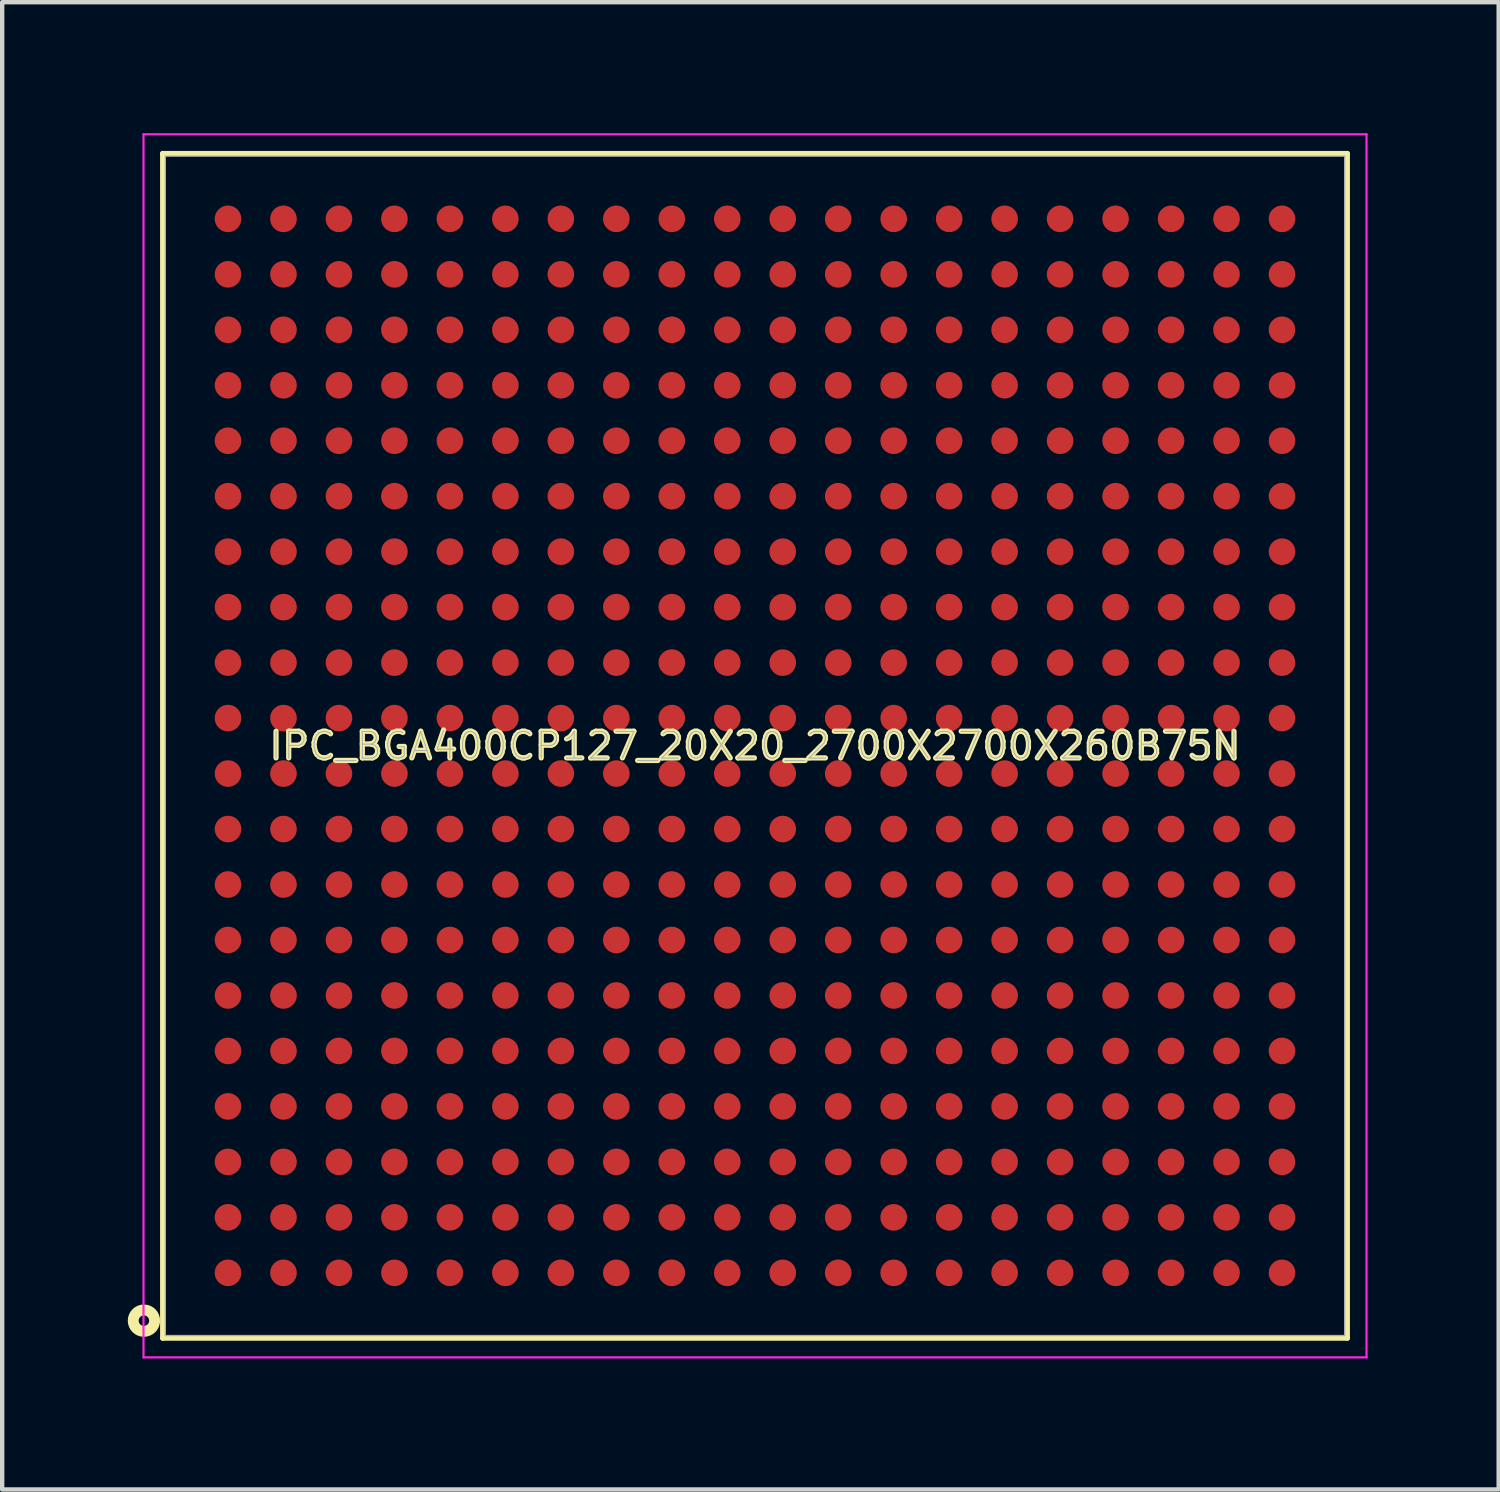
<source format=kicad_pcb>
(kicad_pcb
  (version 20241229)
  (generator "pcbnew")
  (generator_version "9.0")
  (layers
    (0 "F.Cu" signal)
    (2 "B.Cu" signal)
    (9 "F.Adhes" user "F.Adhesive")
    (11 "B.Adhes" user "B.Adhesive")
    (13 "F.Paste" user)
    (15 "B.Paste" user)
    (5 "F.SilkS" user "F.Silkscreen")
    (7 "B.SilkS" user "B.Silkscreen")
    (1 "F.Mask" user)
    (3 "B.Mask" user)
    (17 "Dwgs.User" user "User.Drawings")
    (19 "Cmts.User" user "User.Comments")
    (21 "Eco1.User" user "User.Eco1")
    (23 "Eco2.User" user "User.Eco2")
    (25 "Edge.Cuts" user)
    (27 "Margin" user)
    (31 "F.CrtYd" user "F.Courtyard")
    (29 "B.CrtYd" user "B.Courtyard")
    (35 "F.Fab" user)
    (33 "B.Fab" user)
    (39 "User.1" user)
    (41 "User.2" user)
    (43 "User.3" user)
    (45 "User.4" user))
  (footprint "IPC_BGA400CP127_20X20_2700X2700X260B75N"
    (layer "F.Cu")
    (at 14.235 14.025)
    (property "Reference" "IPC_BGA400CP127_20X20_2700X2700X260B75N" (at 0 0 0) (layer "F.SilkS") (effects (font (size 0.61 0.61) (thickness 0.12))))
    (attr smd)
    (fp_line (start -13.56 -13.56) (end -13.56 13.56) (stroke (width 0.12) (type solid)) (layer "F.SilkS"))
    (fp_line (start -13.56 13.56) (end 13.56 13.56) (stroke (width 0.12) (type solid)) (layer "F.SilkS"))
    (fp_line (start 13.56 -13.56) (end -13.56 -13.56) (stroke (width 0.12) (type solid)) (layer "F.SilkS"))
    (fp_line (start 13.56 13.56) (end 13.56 -13.56) (stroke (width 0.12) (type solid)) (layer "F.SilkS"))
    (fp_circle (center -13.99 13.16) (end -13.87 13.16) (stroke (width 0.25) (type solid)) (fill no) (layer "F.SilkS"))
    (fp_line (start -14 -14) (end 14 -14) (stroke (width 0.05) (type solid)) (layer "F.CrtYd"))
    (fp_line (start -14 14) (end -14 -14) (stroke (width 0.05) (type solid)) (layer "F.CrtYd"))
    (fp_line (start 14 -14) (end 14 14) (stroke (width 0.05) (type solid)) (layer "F.CrtYd"))
    (fp_line (start 14 14) (end -14 14) (stroke (width 0.05) (type solid)) (layer "F.CrtYd"))
    (fp_line (start -13.5 -13.5) (end 13.5 -13.5) (stroke (width 0.03) (type solid)) (layer "F.Fab"))
    (fp_line (start -13.5 13.5) (end -13.5 -13.5) (stroke (width 0.03) (type solid)) (layer "F.Fab"))
    (fp_line (start 13.5 -13.5) (end 13.5 13.5) (stroke (width 0.03) (type solid)) (layer "F.Fab"))
    (fp_line (start 13.5 13.5) (end -13.5 13.5) (stroke (width 0.03) (type solid)) (layer "F.Fab"))
    (fp_text user "${REFERENCE}" (at 0 0 0) (layer "F.Fab") (effects (font (size 0.61 0.61) (thickness 0.025))))
    (pad "A1" smd circle (at -12.065 12.065) (size 0.61 0.61) (layers "F.Cu" "F.Mask" "F.Paste"))
    (pad "A2" smd circle (at -12.065 10.795) (size 0.61 0.61) (layers "F.Cu" "F.Mask" "F.Paste"))
    (pad "A3" smd circle (at -12.065 9.525) (size 0.61 0.61) (layers "F.Cu" "F.Mask" "F.Paste"))
    (pad "A4" smd circle (at -12.065 8.255) (size 0.61 0.61) (layers "F.Cu" "F.Mask" "F.Paste"))
    (pad "A5" smd circle (at -12.065 6.985) (size 0.61 0.61) (layers "F.Cu" "F.Mask" "F.Paste"))
    (pad "A6" smd circle (at -12.065 5.715) (size 0.61 0.61) (layers "F.Cu" "F.Mask" "F.Paste"))
    (pad "A7" smd circle (at -12.065 4.445) (size 0.61 0.61) (layers "F.Cu" "F.Mask" "F.Paste"))
    (pad "A8" smd circle (at -12.065 3.175) (size 0.61 0.61) (layers "F.Cu" "F.Mask" "F.Paste"))
    (pad "A9" smd circle (at -12.065 1.905) (size 0.61 0.61) (layers "F.Cu" "F.Mask" "F.Paste"))
    (pad "A10" smd circle (at -12.065 0.635) (size 0.61 0.61) (layers "F.Cu" "F.Mask" "F.Paste"))
    (pad "A11" smd circle (at -12.065 -0.635) (size 0.61 0.61) (layers "F.Cu" "F.Mask" "F.Paste"))
    (pad "A12" smd circle (at -12.065 -1.905) (size 0.61 0.61) (layers "F.Cu" "F.Mask" "F.Paste"))
    (pad "A13" smd circle (at -12.065 -3.175) (size 0.61 0.61) (layers "F.Cu" "F.Mask" "F.Paste"))
    (pad "A14" smd circle (at -12.065 -4.445) (size 0.61 0.61) (layers "F.Cu" "F.Mask" "F.Paste"))
    (pad "A15" smd circle (at -12.065 -5.715) (size 0.61 0.61) (layers "F.Cu" "F.Mask" "F.Paste"))
    (pad "A16" smd circle (at -12.065 -6.985) (size 0.61 0.61) (layers "F.Cu" "F.Mask" "F.Paste"))
    (pad "A17" smd circle (at -12.065 -8.255) (size 0.61 0.61) (layers "F.Cu" "F.Mask" "F.Paste"))
    (pad "A18" smd circle (at -12.065 -9.525) (size 0.61 0.61) (layers "F.Cu" "F.Mask" "F.Paste"))
    (pad "A19" smd circle (at -12.065 -10.795) (size 0.61 0.61) (layers "F.Cu" "F.Mask" "F.Paste"))
    (pad "A20" smd circle (at -12.065 -12.065) (size 0.61 0.61) (layers "F.Cu" "F.Mask" "F.Paste"))
    (pad "B1" smd circle (at -10.795 12.065) (size 0.61 0.61) (layers "F.Cu" "F.Mask" "F.Paste"))
    (pad "B2" smd circle (at -10.795 10.795) (size 0.61 0.61) (layers "F.Cu" "F.Mask" "F.Paste"))
    (pad "B3" smd circle (at -10.795 9.525) (size 0.61 0.61) (layers "F.Cu" "F.Mask" "F.Paste"))
    (pad "B4" smd circle (at -10.795 8.255) (size 0.61 0.61) (layers "F.Cu" "F.Mask" "F.Paste"))
    (pad "B5" smd circle (at -10.795 6.985) (size 0.61 0.61) (layers "F.Cu" "F.Mask" "F.Paste"))
    (pad "B6" smd circle (at -10.795 5.715) (size 0.61 0.61) (layers "F.Cu" "F.Mask" "F.Paste"))
    (pad "B7" smd circle (at -10.795 4.445) (size 0.61 0.61) (layers "F.Cu" "F.Mask" "F.Paste"))
    (pad "B8" smd circle (at -10.795 3.175) (size 0.61 0.61) (layers "F.Cu" "F.Mask" "F.Paste"))
    (pad "B9" smd circle (at -10.795 1.905) (size 0.61 0.61) (layers "F.Cu" "F.Mask" "F.Paste"))
    (pad "B10" smd circle (at -10.795 0.635) (size 0.61 0.61) (layers "F.Cu" "F.Mask" "F.Paste"))
    (pad "B11" smd circle (at -10.795 -0.635) (size 0.61 0.61) (layers "F.Cu" "F.Mask" "F.Paste"))
    (pad "B12" smd circle (at -10.795 -1.905) (size 0.61 0.61) (layers "F.Cu" "F.Mask" "F.Paste"))
    (pad "B13" smd circle (at -10.795 -3.175) (size 0.61 0.61) (layers "F.Cu" "F.Mask" "F.Paste"))
    (pad "B14" smd circle (at -10.795 -4.445) (size 0.61 0.61) (layers "F.Cu" "F.Mask" "F.Paste"))
    (pad "B15" smd circle (at -10.795 -5.715) (size 0.61 0.61) (layers "F.Cu" "F.Mask" "F.Paste"))
    (pad "B16" smd circle (at -10.795 -6.985) (size 0.61 0.61) (layers "F.Cu" "F.Mask" "F.Paste"))
    (pad "B17" smd circle (at -10.795 -8.255) (size 0.61 0.61) (layers "F.Cu" "F.Mask" "F.Paste"))
    (pad "B18" smd circle (at -10.795 -9.525) (size 0.61 0.61) (layers "F.Cu" "F.Mask" "F.Paste"))
    (pad "B19" smd circle (at -10.795 -10.795) (size 0.61 0.61) (layers "F.Cu" "F.Mask" "F.Paste"))
    (pad "B20" smd circle (at -10.795 -12.065) (size 0.61 0.61) (layers "F.Cu" "F.Mask" "F.Paste"))
    (pad "C1" smd circle (at -9.525 12.065) (size 0.61 0.61) (layers "F.Cu" "F.Mask" "F.Paste"))
    (pad "C2" smd circle (at -9.525 10.795) (size 0.61 0.61) (layers "F.Cu" "F.Mask" "F.Paste"))
    (pad "C3" smd circle (at -9.525 9.525) (size 0.61 0.61) (layers "F.Cu" "F.Mask" "F.Paste"))
    (pad "C4" smd circle (at -9.525 8.255) (size 0.61 0.61) (layers "F.Cu" "F.Mask" "F.Paste"))
    (pad "C5" smd circle (at -9.525 6.985) (size 0.61 0.61) (layers "F.Cu" "F.Mask" "F.Paste"))
    (pad "C6" smd circle (at -9.525 5.715) (size 0.61 0.61) (layers "F.Cu" "F.Mask" "F.Paste"))
    (pad "C7" smd circle (at -9.525 4.445) (size 0.61 0.61) (layers "F.Cu" "F.Mask" "F.Paste"))
    (pad "C8" smd circle (at -9.525 3.175) (size 0.61 0.61) (layers "F.Cu" "F.Mask" "F.Paste"))
    (pad "C9" smd circle (at -9.525 1.905) (size 0.61 0.61) (layers "F.Cu" "F.Mask" "F.Paste"))
    (pad "C10" smd circle (at -9.525 0.635) (size 0.61 0.61) (layers "F.Cu" "F.Mask" "F.Paste"))
    (pad "C11" smd circle (at -9.525 -0.635) (size 0.61 0.61) (layers "F.Cu" "F.Mask" "F.Paste"))
    (pad "C12" smd circle (at -9.525 -1.905) (size 0.61 0.61) (layers "F.Cu" "F.Mask" "F.Paste"))
    (pad "C13" smd circle (at -9.525 -3.175) (size 0.61 0.61) (layers "F.Cu" "F.Mask" "F.Paste"))
    (pad "C14" smd circle (at -9.525 -4.445) (size 0.61 0.61) (layers "F.Cu" "F.Mask" "F.Paste"))
    (pad "C15" smd circle (at -9.525 -5.715) (size 0.61 0.61) (layers "F.Cu" "F.Mask" "F.Paste"))
    (pad "C16" smd circle (at -9.525 -6.985) (size 0.61 0.61) (layers "F.Cu" "F.Mask" "F.Paste"))
    (pad "C17" smd circle (at -9.525 -8.255) (size 0.61 0.61) (layers "F.Cu" "F.Mask" "F.Paste"))
    (pad "C18" smd circle (at -9.525 -9.525) (size 0.61 0.61) (layers "F.Cu" "F.Mask" "F.Paste"))
    (pad "C19" smd circle (at -9.525 -10.795) (size 0.61 0.61) (layers "F.Cu" "F.Mask" "F.Paste"))
    (pad "C20" smd circle (at -9.525 -12.065) (size 0.61 0.61) (layers "F.Cu" "F.Mask" "F.Paste"))
    (pad "D1" smd circle (at -8.255 12.065) (size 0.61 0.61) (layers "F.Cu" "F.Mask" "F.Paste"))
    (pad "D2" smd circle (at -8.255 10.795) (size 0.61 0.61) (layers "F.Cu" "F.Mask" "F.Paste"))
    (pad "D3" smd circle (at -8.255 9.525) (size 0.61 0.61) (layers "F.Cu" "F.Mask" "F.Paste"))
    (pad "D4" smd circle (at -8.255 8.255) (size 0.61 0.61) (layers "F.Cu" "F.Mask" "F.Paste"))
    (pad "D5" smd circle (at -8.255 6.985) (size 0.61 0.61) (layers "F.Cu" "F.Mask" "F.Paste"))
    (pad "D6" smd circle (at -8.255 5.715) (size 0.61 0.61) (layers "F.Cu" "F.Mask" "F.Paste"))
    (pad "D7" smd circle (at -8.255 4.445) (size 0.61 0.61) (layers "F.Cu" "F.Mask" "F.Paste"))
    (pad "D8" smd circle (at -8.255 3.175) (size 0.61 0.61) (layers "F.Cu" "F.Mask" "F.Paste"))
    (pad "D9" smd circle (at -8.255 1.905) (size 0.61 0.61) (layers "F.Cu" "F.Mask" "F.Paste"))
    (pad "D10" smd circle (at -8.255 0.635) (size 0.61 0.61) (layers "F.Cu" "F.Mask" "F.Paste"))
    (pad "D11" smd circle (at -8.255 -0.635) (size 0.61 0.61) (layers "F.Cu" "F.Mask" "F.Paste"))
    (pad "D12" smd circle (at -8.255 -1.905) (size 0.61 0.61) (layers "F.Cu" "F.Mask" "F.Paste"))
    (pad "D13" smd circle (at -8.255 -3.175) (size 0.61 0.61) (layers "F.Cu" "F.Mask" "F.Paste"))
    (pad "D14" smd circle (at -8.255 -4.445) (size 0.61 0.61) (layers "F.Cu" "F.Mask" "F.Paste"))
    (pad "D15" smd circle (at -8.255 -5.715) (size 0.61 0.61) (layers "F.Cu" "F.Mask" "F.Paste"))
    (pad "D16" smd circle (at -8.255 -6.985) (size 0.61 0.61) (layers "F.Cu" "F.Mask" "F.Paste"))
    (pad "D17" smd circle (at -8.255 -8.255) (size 0.61 0.61) (layers "F.Cu" "F.Mask" "F.Paste"))
    (pad "D18" smd circle (at -8.255 -9.525) (size 0.61 0.61) (layers "F.Cu" "F.Mask" "F.Paste"))
    (pad "D19" smd circle (at -8.255 -10.795) (size 0.61 0.61) (layers "F.Cu" "F.Mask" "F.Paste"))
    (pad "D20" smd circle (at -8.255 -12.065) (size 0.61 0.61) (layers "F.Cu" "F.Mask" "F.Paste"))
    (pad "E1" smd circle (at -6.985 12.065) (size 0.61 0.61) (layers "F.Cu" "F.Mask" "F.Paste"))
    (pad "E2" smd circle (at -6.985 10.795) (size 0.61 0.61) (layers "F.Cu" "F.Mask" "F.Paste"))
    (pad "E3" smd circle (at -6.985 9.525) (size 0.61 0.61) (layers "F.Cu" "F.Mask" "F.Paste"))
    (pad "E4" smd circle (at -6.985 8.255) (size 0.61 0.61) (layers "F.Cu" "F.Mask" "F.Paste"))
    (pad "E5" smd circle (at -6.985 6.985) (size 0.61 0.61) (layers "F.Cu" "F.Mask" "F.Paste"))
    (pad "E6" smd circle (at -6.985 5.715) (size 0.61 0.61) (layers "F.Cu" "F.Mask" "F.Paste"))
    (pad "E7" smd circle (at -6.985 4.445) (size 0.61 0.61) (layers "F.Cu" "F.Mask" "F.Paste"))
    (pad "E8" smd circle (at -6.985 3.175) (size 0.61 0.61) (layers "F.Cu" "F.Mask" "F.Paste"))
    (pad "E9" smd circle (at -6.985 1.905) (size 0.61 0.61) (layers "F.Cu" "F.Mask" "F.Paste"))
    (pad "E10" smd circle (at -6.985 0.635) (size 0.61 0.61) (layers "F.Cu" "F.Mask" "F.Paste"))
    (pad "E11" smd circle (at -6.985 -0.635) (size 0.61 0.61) (layers "F.Cu" "F.Mask" "F.Paste"))
    (pad "E12" smd circle (at -6.985 -1.905) (size 0.61 0.61) (layers "F.Cu" "F.Mask" "F.Paste"))
    (pad "E13" smd circle (at -6.985 -3.175) (size 0.61 0.61) (layers "F.Cu" "F.Mask" "F.Paste"))
    (pad "E14" smd circle (at -6.985 -4.445) (size 0.61 0.61) (layers "F.Cu" "F.Mask" "F.Paste"))
    (pad "E15" smd circle (at -6.985 -5.715) (size 0.61 0.61) (layers "F.Cu" "F.Mask" "F.Paste"))
    (pad "E16" smd circle (at -6.985 -6.985) (size 0.61 0.61) (layers "F.Cu" "F.Mask" "F.Paste"))
    (pad "E17" smd circle (at -6.985 -8.255) (size 0.61 0.61) (layers "F.Cu" "F.Mask" "F.Paste"))
    (pad "E18" smd circle (at -6.985 -9.525) (size 0.61 0.61) (layers "F.Cu" "F.Mask" "F.Paste"))
    (pad "E19" smd circle (at -6.985 -10.795) (size 0.61 0.61) (layers "F.Cu" "F.Mask" "F.Paste"))
    (pad "E20" smd circle (at -6.985 -12.065) (size 0.61 0.61) (layers "F.Cu" "F.Mask" "F.Paste"))
    (pad "F1" smd circle (at -5.715 12.065) (size 0.61 0.61) (layers "F.Cu" "F.Mask" "F.Paste"))
    (pad "F2" smd circle (at -5.715 10.795) (size 0.61 0.61) (layers "F.Cu" "F.Mask" "F.Paste"))
    (pad "F3" smd circle (at -5.715 9.525) (size 0.61 0.61) (layers "F.Cu" "F.Mask" "F.Paste"))
    (pad "F4" smd circle (at -5.715 8.255) (size 0.61 0.61) (layers "F.Cu" "F.Mask" "F.Paste"))
    (pad "F5" smd circle (at -5.715 6.985) (size 0.61 0.61) (layers "F.Cu" "F.Mask" "F.Paste"))
    (pad "F6" smd circle (at -5.715 5.715) (size 0.61 0.61) (layers "F.Cu" "F.Mask" "F.Paste"))
    (pad "F7" smd circle (at -5.715 4.445) (size 0.61 0.61) (layers "F.Cu" "F.Mask" "F.Paste"))
    (pad "F8" smd circle (at -5.715 3.175) (size 0.61 0.61) (layers "F.Cu" "F.Mask" "F.Paste"))
    (pad "F9" smd circle (at -5.715 1.905) (size 0.61 0.61) (layers "F.Cu" "F.Mask" "F.Paste"))
    (pad "F10" smd circle (at -5.715 0.635) (size 0.61 0.61) (layers "F.Cu" "F.Mask" "F.Paste"))
    (pad "F11" smd circle (at -5.715 -0.635) (size 0.61 0.61) (layers "F.Cu" "F.Mask" "F.Paste"))
    (pad "F12" smd circle (at -5.715 -1.905) (size 0.61 0.61) (layers "F.Cu" "F.Mask" "F.Paste"))
    (pad "F13" smd circle (at -5.715 -3.175) (size 0.61 0.61) (layers "F.Cu" "F.Mask" "F.Paste"))
    (pad "F14" smd circle (at -5.715 -4.445) (size 0.61 0.61) (layers "F.Cu" "F.Mask" "F.Paste"))
    (pad "F15" smd circle (at -5.715 -5.715) (size 0.61 0.61) (layers "F.Cu" "F.Mask" "F.Paste"))
    (pad "F16" smd circle (at -5.715 -6.985) (size 0.61 0.61) (layers "F.Cu" "F.Mask" "F.Paste"))
    (pad "F17" smd circle (at -5.715 -8.255) (size 0.61 0.61) (layers "F.Cu" "F.Mask" "F.Paste"))
    (pad "F18" smd circle (at -5.715 -9.525) (size 0.61 0.61) (layers "F.Cu" "F.Mask" "F.Paste"))
    (pad "F19" smd circle (at -5.715 -10.795) (size 0.61 0.61) (layers "F.Cu" "F.Mask" "F.Paste"))
    (pad "F20" smd circle (at -5.715 -12.065) (size 0.61 0.61) (layers "F.Cu" "F.Mask" "F.Paste"))
    (pad "G1" smd circle (at -4.445 12.065) (size 0.61 0.61) (layers "F.Cu" "F.Mask" "F.Paste"))
    (pad "G2" smd circle (at -4.445 10.795) (size 0.61 0.61) (layers "F.Cu" "F.Mask" "F.Paste"))
    (pad "G3" smd circle (at -4.445 9.525) (size 0.61 0.61) (layers "F.Cu" "F.Mask" "F.Paste"))
    (pad "G4" smd circle (at -4.445 8.255) (size 0.61 0.61) (layers "F.Cu" "F.Mask" "F.Paste"))
    (pad "G5" smd circle (at -4.445 6.985) (size 0.61 0.61) (layers "F.Cu" "F.Mask" "F.Paste"))
    (pad "G6" smd circle (at -4.445 5.715) (size 0.61 0.61) (layers "F.Cu" "F.Mask" "F.Paste"))
    (pad "G7" smd circle (at -4.445 4.445) (size 0.61 0.61) (layers "F.Cu" "F.Mask" "F.Paste"))
    (pad "G8" smd circle (at -4.445 3.175) (size 0.61 0.61) (layers "F.Cu" "F.Mask" "F.Paste"))
    (pad "G9" smd circle (at -4.445 1.905) (size 0.61 0.61) (layers "F.Cu" "F.Mask" "F.Paste"))
    (pad "G10" smd circle (at -4.445 0.635) (size 0.61 0.61) (layers "F.Cu" "F.Mask" "F.Paste"))
    (pad "G11" smd circle (at -4.445 -0.635) (size 0.61 0.61) (layers "F.Cu" "F.Mask" "F.Paste"))
    (pad "G12" smd circle (at -4.445 -1.905) (size 0.61 0.61) (layers "F.Cu" "F.Mask" "F.Paste"))
    (pad "G13" smd circle (at -4.445 -3.175) (size 0.61 0.61) (layers "F.Cu" "F.Mask" "F.Paste"))
    (pad "G14" smd circle (at -4.445 -4.445) (size 0.61 0.61) (layers "F.Cu" "F.Mask" "F.Paste"))
    (pad "G15" smd circle (at -4.445 -5.715) (size 0.61 0.61) (layers "F.Cu" "F.Mask" "F.Paste"))
    (pad "G16" smd circle (at -4.445 -6.985) (size 0.61 0.61) (layers "F.Cu" "F.Mask" "F.Paste"))
    (pad "G17" smd circle (at -4.445 -8.255) (size 0.61 0.61) (layers "F.Cu" "F.Mask" "F.Paste"))
    (pad "G18" smd circle (at -4.445 -9.525) (size 0.61 0.61) (layers "F.Cu" "F.Mask" "F.Paste"))
    (pad "G19" smd circle (at -4.445 -10.795) (size 0.61 0.61) (layers "F.Cu" "F.Mask" "F.Paste"))
    (pad "G20" smd circle (at -4.445 -12.065) (size 0.61 0.61) (layers "F.Cu" "F.Mask" "F.Paste"))
    (pad "H1" smd circle (at -3.175 12.065) (size 0.61 0.61) (layers "F.Cu" "F.Mask" "F.Paste"))
    (pad "H2" smd circle (at -3.175 10.795) (size 0.61 0.61) (layers "F.Cu" "F.Mask" "F.Paste"))
    (pad "H3" smd circle (at -3.175 9.525) (size 0.61 0.61) (layers "F.Cu" "F.Mask" "F.Paste"))
    (pad "H4" smd circle (at -3.175 8.255) (size 0.61 0.61) (layers "F.Cu" "F.Mask" "F.Paste"))
    (pad "H5" smd circle (at -3.175 6.985) (size 0.61 0.61) (layers "F.Cu" "F.Mask" "F.Paste"))
    (pad "H6" smd circle (at -3.175 5.715) (size 0.61 0.61) (layers "F.Cu" "F.Mask" "F.Paste"))
    (pad "H7" smd circle (at -3.175 4.445) (size 0.61 0.61) (layers "F.Cu" "F.Mask" "F.Paste"))
    (pad "H8" smd circle (at -3.175 3.175) (size 0.61 0.61) (layers "F.Cu" "F.Mask" "F.Paste"))
    (pad "H9" smd circle (at -3.175 1.905) (size 0.61 0.61) (layers "F.Cu" "F.Mask" "F.Paste"))
    (pad "H10" smd circle (at -3.175 0.635) (size 0.61 0.61) (layers "F.Cu" "F.Mask" "F.Paste"))
    (pad "H11" smd circle (at -3.175 -0.635) (size 0.61 0.61) (layers "F.Cu" "F.Mask" "F.Paste"))
    (pad "H12" smd circle (at -3.175 -1.905) (size 0.61 0.61) (layers "F.Cu" "F.Mask" "F.Paste"))
    (pad "H13" smd circle (at -3.175 -3.175) (size 0.61 0.61) (layers "F.Cu" "F.Mask" "F.Paste"))
    (pad "H14" smd circle (at -3.175 -4.445) (size 0.61 0.61) (layers "F.Cu" "F.Mask" "F.Paste"))
    (pad "H15" smd circle (at -3.175 -5.715) (size 0.61 0.61) (layers "F.Cu" "F.Mask" "F.Paste"))
    (pad "H16" smd circle (at -3.175 -6.985) (size 0.61 0.61) (layers "F.Cu" "F.Mask" "F.Paste"))
    (pad "H17" smd circle (at -3.175 -8.255) (size 0.61 0.61) (layers "F.Cu" "F.Mask" "F.Paste"))
    (pad "H18" smd circle (at -3.175 -9.525) (size 0.61 0.61) (layers "F.Cu" "F.Mask" "F.Paste"))
    (pad "H19" smd circle (at -3.175 -10.795) (size 0.61 0.61) (layers "F.Cu" "F.Mask" "F.Paste"))
    (pad "H20" smd circle (at -3.175 -12.065) (size 0.61 0.61) (layers "F.Cu" "F.Mask" "F.Paste"))
    (pad "J1" smd circle (at -1.905 12.065) (size 0.61 0.61) (layers "F.Cu" "F.Mask" "F.Paste"))
    (pad "J2" smd circle (at -1.905 10.795) (size 0.61 0.61) (layers "F.Cu" "F.Mask" "F.Paste"))
    (pad "J3" smd circle (at -1.905 9.525) (size 0.61 0.61) (layers "F.Cu" "F.Mask" "F.Paste"))
    (pad "J4" smd circle (at -1.905 8.255) (size 0.61 0.61) (layers "F.Cu" "F.Mask" "F.Paste"))
    (pad "J5" smd circle (at -1.905 6.985) (size 0.61 0.61) (layers "F.Cu" "F.Mask" "F.Paste"))
    (pad "J6" smd circle (at -1.905 5.715) (size 0.61 0.61) (layers "F.Cu" "F.Mask" "F.Paste"))
    (pad "J7" smd circle (at -1.905 4.445) (size 0.61 0.61) (layers "F.Cu" "F.Mask" "F.Paste"))
    (pad "J8" smd circle (at -1.905 3.175) (size 0.61 0.61) (layers "F.Cu" "F.Mask" "F.Paste"))
    (pad "J9" smd circle (at -1.905 1.905) (size 0.61 0.61) (layers "F.Cu" "F.Mask" "F.Paste"))
    (pad "J10" smd circle (at -1.905 0.635) (size 0.61 0.61) (layers "F.Cu" "F.Mask" "F.Paste"))
    (pad "J11" smd circle (at -1.905 -0.635) (size 0.61 0.61) (layers "F.Cu" "F.Mask" "F.Paste"))
    (pad "J12" smd circle (at -1.905 -1.905) (size 0.61 0.61) (layers "F.Cu" "F.Mask" "F.Paste"))
    (pad "J13" smd circle (at -1.905 -3.175) (size 0.61 0.61) (layers "F.Cu" "F.Mask" "F.Paste"))
    (pad "J14" smd circle (at -1.905 -4.445) (size 0.61 0.61) (layers "F.Cu" "F.Mask" "F.Paste"))
    (pad "J15" smd circle (at -1.905 -5.715) (size 0.61 0.61) (layers "F.Cu" "F.Mask" "F.Paste"))
    (pad "J16" smd circle (at -1.905 -6.985) (size 0.61 0.61) (layers "F.Cu" "F.Mask" "F.Paste"))
    (pad "J17" smd circle (at -1.905 -8.255) (size 0.61 0.61) (layers "F.Cu" "F.Mask" "F.Paste"))
    (pad "J18" smd circle (at -1.905 -9.525) (size 0.61 0.61) (layers "F.Cu" "F.Mask" "F.Paste"))
    (pad "J19" smd circle (at -1.905 -10.795) (size 0.61 0.61) (layers "F.Cu" "F.Mask" "F.Paste"))
    (pad "J20" smd circle (at -1.905 -12.065) (size 0.61 0.61) (layers "F.Cu" "F.Mask" "F.Paste"))
    (pad "K1" smd circle (at -0.635 12.065) (size 0.61 0.61) (layers "F.Cu" "F.Mask" "F.Paste"))
    (pad "K2" smd circle (at -0.635 10.795) (size 0.61 0.61) (layers "F.Cu" "F.Mask" "F.Paste"))
    (pad "K3" smd circle (at -0.635 9.525) (size 0.61 0.61) (layers "F.Cu" "F.Mask" "F.Paste"))
    (pad "K4" smd circle (at -0.635 8.255) (size 0.61 0.61) (layers "F.Cu" "F.Mask" "F.Paste"))
    (pad "K5" smd circle (at -0.635 6.985) (size 0.61 0.61) (layers "F.Cu" "F.Mask" "F.Paste"))
    (pad "K6" smd circle (at -0.635 5.715) (size 0.61 0.61) (layers "F.Cu" "F.Mask" "F.Paste"))
    (pad "K7" smd circle (at -0.635 4.445) (size 0.61 0.61) (layers "F.Cu" "F.Mask" "F.Paste"))
    (pad "K8" smd circle (at -0.635 3.175) (size 0.61 0.61) (layers "F.Cu" "F.Mask" "F.Paste"))
    (pad "K9" smd circle (at -0.635 1.905) (size 0.61 0.61) (layers "F.Cu" "F.Mask" "F.Paste"))
    (pad "K10" smd circle (at -0.635 0.635) (size 0.61 0.61) (layers "F.Cu" "F.Mask" "F.Paste"))
    (pad "K11" smd circle (at -0.635 -0.635) (size 0.61 0.61) (layers "F.Cu" "F.Mask" "F.Paste"))
    (pad "K12" smd circle (at -0.635 -1.905) (size 0.61 0.61) (layers "F.Cu" "F.Mask" "F.Paste"))
    (pad "K13" smd circle (at -0.635 -3.175) (size 0.61 0.61) (layers "F.Cu" "F.Mask" "F.Paste"))
    (pad "K14" smd circle (at -0.635 -4.445) (size 0.61 0.61) (layers "F.Cu" "F.Mask" "F.Paste"))
    (pad "K15" smd circle (at -0.635 -5.715) (size 0.61 0.61) (layers "F.Cu" "F.Mask" "F.Paste"))
    (pad "K16" smd circle (at -0.635 -6.985) (size 0.61 0.61) (layers "F.Cu" "F.Mask" "F.Paste"))
    (pad "K17" smd circle (at -0.635 -8.255) (size 0.61 0.61) (layers "F.Cu" "F.Mask" "F.Paste"))
    (pad "K18" smd circle (at -0.635 -9.525) (size 0.61 0.61) (layers "F.Cu" "F.Mask" "F.Paste"))
    (pad "K19" smd circle (at -0.635 -10.795) (size 0.61 0.61) (layers "F.Cu" "F.Mask" "F.Paste"))
    (pad "K20" smd circle (at -0.635 -12.065) (size 0.61 0.61) (layers "F.Cu" "F.Mask" "F.Paste"))
    (pad "L1" smd circle (at 0.635 12.065) (size 0.61 0.61) (layers "F.Cu" "F.Mask" "F.Paste"))
    (pad "L2" smd circle (at 0.635 10.795) (size 0.61 0.61) (layers "F.Cu" "F.Mask" "F.Paste"))
    (pad "L3" smd circle (at 0.635 9.525) (size 0.61 0.61) (layers "F.Cu" "F.Mask" "F.Paste"))
    (pad "L4" smd circle (at 0.635 8.255) (size 0.61 0.61) (layers "F.Cu" "F.Mask" "F.Paste"))
    (pad "L5" smd circle (at 0.635 6.985) (size 0.61 0.61) (layers "F.Cu" "F.Mask" "F.Paste"))
    (pad "L6" smd circle (at 0.635 5.715) (size 0.61 0.61) (layers "F.Cu" "F.Mask" "F.Paste"))
    (pad "L7" smd circle (at 0.635 4.445) (size 0.61 0.61) (layers "F.Cu" "F.Mask" "F.Paste"))
    (pad "L8" smd circle (at 0.635 3.175) (size 0.61 0.61) (layers "F.Cu" "F.Mask" "F.Paste"))
    (pad "L9" smd circle (at 0.635 1.905) (size 0.61 0.61) (layers "F.Cu" "F.Mask" "F.Paste"))
    (pad "L10" smd circle (at 0.635 0.635) (size 0.61 0.61) (layers "F.Cu" "F.Mask" "F.Paste"))
    (pad "L11" smd circle (at 0.635 -0.635) (size 0.61 0.61) (layers "F.Cu" "F.Mask" "F.Paste"))
    (pad "L12" smd circle (at 0.635 -1.905) (size 0.61 0.61) (layers "F.Cu" "F.Mask" "F.Paste"))
    (pad "L13" smd circle (at 0.635 -3.175) (size 0.61 0.61) (layers "F.Cu" "F.Mask" "F.Paste"))
    (pad "L14" smd circle (at 0.635 -4.445) (size 0.61 0.61) (layers "F.Cu" "F.Mask" "F.Paste"))
    (pad "L15" smd circle (at 0.635 -5.715) (size 0.61 0.61) (layers "F.Cu" "F.Mask" "F.Paste"))
    (pad "L16" smd circle (at 0.635 -6.985) (size 0.61 0.61) (layers "F.Cu" "F.Mask" "F.Paste"))
    (pad "L17" smd circle (at 0.635 -8.255) (size 0.61 0.61) (layers "F.Cu" "F.Mask" "F.Paste"))
    (pad "L18" smd circle (at 0.635 -9.525) (size 0.61 0.61) (layers "F.Cu" "F.Mask" "F.Paste"))
    (pad "L19" smd circle (at 0.635 -10.795) (size 0.61 0.61) (layers "F.Cu" "F.Mask" "F.Paste"))
    (pad "L20" smd circle (at 0.635 -12.065) (size 0.61 0.61) (layers "F.Cu" "F.Mask" "F.Paste"))
    (pad "M1" smd circle (at 1.905 12.065) (size 0.61 0.61) (layers "F.Cu" "F.Mask" "F.Paste"))
    (pad "M2" smd circle (at 1.905 10.795) (size 0.61 0.61) (layers "F.Cu" "F.Mask" "F.Paste"))
    (pad "M3" smd circle (at 1.905 9.525) (size 0.61 0.61) (layers "F.Cu" "F.Mask" "F.Paste"))
    (pad "M4" smd circle (at 1.905 8.255) (size 0.61 0.61) (layers "F.Cu" "F.Mask" "F.Paste"))
    (pad "M5" smd circle (at 1.905 6.985) (size 0.61 0.61) (layers "F.Cu" "F.Mask" "F.Paste"))
    (pad "M6" smd circle (at 1.905 5.715) (size 0.61 0.61) (layers "F.Cu" "F.Mask" "F.Paste"))
    (pad "M7" smd circle (at 1.905 4.445) (size 0.61 0.61) (layers "F.Cu" "F.Mask" "F.Paste"))
    (pad "M8" smd circle (at 1.905 3.175) (size 0.61 0.61) (layers "F.Cu" "F.Mask" "F.Paste"))
    (pad "M9" smd circle (at 1.905 1.905) (size 0.61 0.61) (layers "F.Cu" "F.Mask" "F.Paste"))
    (pad "M10" smd circle (at 1.905 0.635) (size 0.61 0.61) (layers "F.Cu" "F.Mask" "F.Paste"))
    (pad "M11" smd circle (at 1.905 -0.635) (size 0.61 0.61) (layers "F.Cu" "F.Mask" "F.Paste"))
    (pad "M12" smd circle (at 1.905 -1.905) (size 0.61 0.61) (layers "F.Cu" "F.Mask" "F.Paste"))
    (pad "M13" smd circle (at 1.905 -3.175) (size 0.61 0.61) (layers "F.Cu" "F.Mask" "F.Paste"))
    (pad "M14" smd circle (at 1.905 -4.445) (size 0.61 0.61) (layers "F.Cu" "F.Mask" "F.Paste"))
    (pad "M15" smd circle (at 1.905 -5.715) (size 0.61 0.61) (layers "F.Cu" "F.Mask" "F.Paste"))
    (pad "M16" smd circle (at 1.905 -6.985) (size 0.61 0.61) (layers "F.Cu" "F.Mask" "F.Paste"))
    (pad "M17" smd circle (at 1.905 -8.255) (size 0.61 0.61) (layers "F.Cu" "F.Mask" "F.Paste"))
    (pad "M18" smd circle (at 1.905 -9.525) (size 0.61 0.61) (layers "F.Cu" "F.Mask" "F.Paste"))
    (pad "M19" smd circle (at 1.905 -10.795) (size 0.61 0.61) (layers "F.Cu" "F.Mask" "F.Paste"))
    (pad "M20" smd circle (at 1.905 -12.065) (size 0.61 0.61) (layers "F.Cu" "F.Mask" "F.Paste"))
    (pad "N1" smd circle (at 3.175 12.065) (size 0.61 0.61) (layers "F.Cu" "F.Mask" "F.Paste"))
    (pad "N2" smd circle (at 3.175 10.795) (size 0.61 0.61) (layers "F.Cu" "F.Mask" "F.Paste"))
    (pad "N3" smd circle (at 3.175 9.525) (size 0.61 0.61) (layers "F.Cu" "F.Mask" "F.Paste"))
    (pad "N4" smd circle (at 3.175 8.255) (size 0.61 0.61) (layers "F.Cu" "F.Mask" "F.Paste"))
    (pad "N5" smd circle (at 3.175 6.985) (size 0.61 0.61) (layers "F.Cu" "F.Mask" "F.Paste"))
    (pad "N6" smd circle (at 3.175 5.715) (size 0.61 0.61) (layers "F.Cu" "F.Mask" "F.Paste"))
    (pad "N7" smd circle (at 3.175 4.445) (size 0.61 0.61) (layers "F.Cu" "F.Mask" "F.Paste"))
    (pad "N8" smd circle (at 3.175 3.175) (size 0.61 0.61) (layers "F.Cu" "F.Mask" "F.Paste"))
    (pad "N9" smd circle (at 3.175 1.905) (size 0.61 0.61) (layers "F.Cu" "F.Mask" "F.Paste"))
    (pad "N10" smd circle (at 3.175 0.635) (size 0.61 0.61) (layers "F.Cu" "F.Mask" "F.Paste"))
    (pad "N11" smd circle (at 3.175 -0.635) (size 0.61 0.61) (layers "F.Cu" "F.Mask" "F.Paste"))
    (pad "N12" smd circle (at 3.175 -1.905) (size 0.61 0.61) (layers "F.Cu" "F.Mask" "F.Paste"))
    (pad "N13" smd circle (at 3.175 -3.175) (size 0.61 0.61) (layers "F.Cu" "F.Mask" "F.Paste"))
    (pad "N14" smd circle (at 3.175 -4.445) (size 0.61 0.61) (layers "F.Cu" "F.Mask" "F.Paste"))
    (pad "N15" smd circle (at 3.175 -5.715) (size 0.61 0.61) (layers "F.Cu" "F.Mask" "F.Paste"))
    (pad "N16" smd circle (at 3.175 -6.985) (size 0.61 0.61) (layers "F.Cu" "F.Mask" "F.Paste"))
    (pad "N17" smd circle (at 3.175 -8.255) (size 0.61 0.61) (layers "F.Cu" "F.Mask" "F.Paste"))
    (pad "N18" smd circle (at 3.175 -9.525) (size 0.61 0.61) (layers "F.Cu" "F.Mask" "F.Paste"))
    (pad "N19" smd circle (at 3.175 -10.795) (size 0.61 0.61) (layers "F.Cu" "F.Mask" "F.Paste"))
    (pad "N20" smd circle (at 3.175 -12.065) (size 0.61 0.61) (layers "F.Cu" "F.Mask" "F.Paste"))
    (pad "P1" smd circle (at 4.445 12.065) (size 0.61 0.61) (layers "F.Cu" "F.Mask" "F.Paste"))
    (pad "P2" smd circle (at 4.445 10.795) (size 0.61 0.61) (layers "F.Cu" "F.Mask" "F.Paste"))
    (pad "P3" smd circle (at 4.445 9.525) (size 0.61 0.61) (layers "F.Cu" "F.Mask" "F.Paste"))
    (pad "P4" smd circle (at 4.445 8.255) (size 0.61 0.61) (layers "F.Cu" "F.Mask" "F.Paste"))
    (pad "P5" smd circle (at 4.445 6.985) (size 0.61 0.61) (layers "F.Cu" "F.Mask" "F.Paste"))
    (pad "P6" smd circle (at 4.445 5.715) (size 0.61 0.61) (layers "F.Cu" "F.Mask" "F.Paste"))
    (pad "P7" smd circle (at 4.445 4.445) (size 0.61 0.61) (layers "F.Cu" "F.Mask" "F.Paste"))
    (pad "P8" smd circle (at 4.445 3.175) (size 0.61 0.61) (layers "F.Cu" "F.Mask" "F.Paste"))
    (pad "P9" smd circle (at 4.445 1.905) (size 0.61 0.61) (layers "F.Cu" "F.Mask" "F.Paste"))
    (pad "P10" smd circle (at 4.445 0.635) (size 0.61 0.61) (layers "F.Cu" "F.Mask" "F.Paste"))
    (pad "P11" smd circle (at 4.445 -0.635) (size 0.61 0.61) (layers "F.Cu" "F.Mask" "F.Paste"))
    (pad "P12" smd circle (at 4.445 -1.905) (size 0.61 0.61) (layers "F.Cu" "F.Mask" "F.Paste"))
    (pad "P13" smd circle (at 4.445 -3.175) (size 0.61 0.61) (layers "F.Cu" "F.Mask" "F.Paste"))
    (pad "P14" smd circle (at 4.445 -4.445) (size 0.61 0.61) (layers "F.Cu" "F.Mask" "F.Paste"))
    (pad "P15" smd circle (at 4.445 -5.715) (size 0.61 0.61) (layers "F.Cu" "F.Mask" "F.Paste"))
    (pad "P16" smd circle (at 4.445 -6.985) (size 0.61 0.61) (layers "F.Cu" "F.Mask" "F.Paste"))
    (pad "P17" smd circle (at 4.445 -8.255) (size 0.61 0.61) (layers "F.Cu" "F.Mask" "F.Paste"))
    (pad "P18" smd circle (at 4.445 -9.525) (size 0.61 0.61) (layers "F.Cu" "F.Mask" "F.Paste"))
    (pad "P19" smd circle (at 4.445 -10.795) (size 0.61 0.61) (layers "F.Cu" "F.Mask" "F.Paste"))
    (pad "P20" smd circle (at 4.445 -12.065) (size 0.61 0.61) (layers "F.Cu" "F.Mask" "F.Paste"))
    (pad "R1" smd circle (at 5.715 12.065) (size 0.61 0.61) (layers "F.Cu" "F.Mask" "F.Paste"))
    (pad "R2" smd circle (at 5.715 10.795) (size 0.61 0.61) (layers "F.Cu" "F.Mask" "F.Paste"))
    (pad "R3" smd circle (at 5.715 9.525) (size 0.61 0.61) (layers "F.Cu" "F.Mask" "F.Paste"))
    (pad "R4" smd circle (at 5.715 8.255) (size 0.61 0.61) (layers "F.Cu" "F.Mask" "F.Paste"))
    (pad "R5" smd circle (at 5.715 6.985) (size 0.61 0.61) (layers "F.Cu" "F.Mask" "F.Paste"))
    (pad "R6" smd circle (at 5.715 5.715) (size 0.61 0.61) (layers "F.Cu" "F.Mask" "F.Paste"))
    (pad "R7" smd circle (at 5.715 4.445) (size 0.61 0.61) (layers "F.Cu" "F.Mask" "F.Paste"))
    (pad "R8" smd circle (at 5.715 3.175) (size 0.61 0.61) (layers "F.Cu" "F.Mask" "F.Paste"))
    (pad "R9" smd circle (at 5.715 1.905) (size 0.61 0.61) (layers "F.Cu" "F.Mask" "F.Paste"))
    (pad "R10" smd circle (at 5.715 0.635) (size 0.61 0.61) (layers "F.Cu" "F.Mask" "F.Paste"))
    (pad "R11" smd circle (at 5.715 -0.635) (size 0.61 0.61) (layers "F.Cu" "F.Mask" "F.Paste"))
    (pad "R12" smd circle (at 5.715 -1.905) (size 0.61 0.61) (layers "F.Cu" "F.Mask" "F.Paste"))
    (pad "R13" smd circle (at 5.715 -3.175) (size 0.61 0.61) (layers "F.Cu" "F.Mask" "F.Paste"))
    (pad "R14" smd circle (at 5.715 -4.445) (size 0.61 0.61) (layers "F.Cu" "F.Mask" "F.Paste"))
    (pad "R15" smd circle (at 5.715 -5.715) (size 0.61 0.61) (layers "F.Cu" "F.Mask" "F.Paste"))
    (pad "R16" smd circle (at 5.715 -6.985) (size 0.61 0.61) (layers "F.Cu" "F.Mask" "F.Paste"))
    (pad "R17" smd circle (at 5.715 -8.255) (size 0.61 0.61) (layers "F.Cu" "F.Mask" "F.Paste"))
    (pad "R18" smd circle (at 5.715 -9.525) (size 0.61 0.61) (layers "F.Cu" "F.Mask" "F.Paste"))
    (pad "R19" smd circle (at 5.715 -10.795) (size 0.61 0.61) (layers "F.Cu" "F.Mask" "F.Paste"))
    (pad "R20" smd circle (at 5.715 -12.065) (size 0.61 0.61) (layers "F.Cu" "F.Mask" "F.Paste"))
    (pad "T1" smd circle (at 6.985 12.065) (size 0.61 0.61) (layers "F.Cu" "F.Mask" "F.Paste"))
    (pad "T2" smd circle (at 6.985 10.795) (size 0.61 0.61) (layers "F.Cu" "F.Mask" "F.Paste"))
    (pad "T3" smd circle (at 6.985 9.525) (size 0.61 0.61) (layers "F.Cu" "F.Mask" "F.Paste"))
    (pad "T4" smd circle (at 6.985 8.255) (size 0.61 0.61) (layers "F.Cu" "F.Mask" "F.Paste"))
    (pad "T5" smd circle (at 6.985 6.985) (size 0.61 0.61) (layers "F.Cu" "F.Mask" "F.Paste"))
    (pad "T6" smd circle (at 6.985 5.715) (size 0.61 0.61) (layers "F.Cu" "F.Mask" "F.Paste"))
    (pad "T7" smd circle (at 6.985 4.445) (size 0.61 0.61) (layers "F.Cu" "F.Mask" "F.Paste"))
    (pad "T8" smd circle (at 6.985 3.175) (size 0.61 0.61) (layers "F.Cu" "F.Mask" "F.Paste"))
    (pad "T9" smd circle (at 6.985 1.905) (size 0.61 0.61) (layers "F.Cu" "F.Mask" "F.Paste"))
    (pad "T10" smd circle (at 6.985 0.635) (size 0.61 0.61) (layers "F.Cu" "F.Mask" "F.Paste"))
    (pad "T11" smd circle (at 6.985 -0.635) (size 0.61 0.61) (layers "F.Cu" "F.Mask" "F.Paste"))
    (pad "T12" smd circle (at 6.985 -1.905) (size 0.61 0.61) (layers "F.Cu" "F.Mask" "F.Paste"))
    (pad "T13" smd circle (at 6.985 -3.175) (size 0.61 0.61) (layers "F.Cu" "F.Mask" "F.Paste"))
    (pad "T14" smd circle (at 6.985 -4.445) (size 0.61 0.61) (layers "F.Cu" "F.Mask" "F.Paste"))
    (pad "T15" smd circle (at 6.985 -5.715) (size 0.61 0.61) (layers "F.Cu" "F.Mask" "F.Paste"))
    (pad "T16" smd circle (at 6.985 -6.985) (size 0.61 0.61) (layers "F.Cu" "F.Mask" "F.Paste"))
    (pad "T17" smd circle (at 6.985 -8.255) (size 0.61 0.61) (layers "F.Cu" "F.Mask" "F.Paste"))
    (pad "T18" smd circle (at 6.985 -9.525) (size 0.61 0.61) (layers "F.Cu" "F.Mask" "F.Paste"))
    (pad "T19" smd circle (at 6.985 -10.795) (size 0.61 0.61) (layers "F.Cu" "F.Mask" "F.Paste"))
    (pad "T20" smd circle (at 6.985 -12.065) (size 0.61 0.61) (layers "F.Cu" "F.Mask" "F.Paste"))
    (pad "U1" smd circle (at 8.255 12.065) (size 0.61 0.61) (layers "F.Cu" "F.Mask" "F.Paste"))
    (pad "U2" smd circle (at 8.255 10.795) (size 0.61 0.61) (layers "F.Cu" "F.Mask" "F.Paste"))
    (pad "U3" smd circle (at 8.255 9.525) (size 0.61 0.61) (layers "F.Cu" "F.Mask" "F.Paste"))
    (pad "U4" smd circle (at 8.255 8.255) (size 0.61 0.61) (layers "F.Cu" "F.Mask" "F.Paste"))
    (pad "U5" smd circle (at 8.255 6.985) (size 0.61 0.61) (layers "F.Cu" "F.Mask" "F.Paste"))
    (pad "U6" smd circle (at 8.255 5.715) (size 0.61 0.61) (layers "F.Cu" "F.Mask" "F.Paste"))
    (pad "U7" smd circle (at 8.255 4.445) (size 0.61 0.61) (layers "F.Cu" "F.Mask" "F.Paste"))
    (pad "U8" smd circle (at 8.255 3.175) (size 0.61 0.61) (layers "F.Cu" "F.Mask" "F.Paste"))
    (pad "U9" smd circle (at 8.255 1.905) (size 0.61 0.61) (layers "F.Cu" "F.Mask" "F.Paste"))
    (pad "U10" smd circle (at 8.255 0.635) (size 0.61 0.61) (layers "F.Cu" "F.Mask" "F.Paste"))
    (pad "U11" smd circle (at 8.255 -0.635) (size 0.61 0.61) (layers "F.Cu" "F.Mask" "F.Paste"))
    (pad "U12" smd circle (at 8.255 -1.905) (size 0.61 0.61) (layers "F.Cu" "F.Mask" "F.Paste"))
    (pad "U13" smd circle (at 8.255 -3.175) (size 0.61 0.61) (layers "F.Cu" "F.Mask" "F.Paste"))
    (pad "U14" smd circle (at 8.255 -4.445) (size 0.61 0.61) (layers "F.Cu" "F.Mask" "F.Paste"))
    (pad "U15" smd circle (at 8.255 -5.715) (size 0.61 0.61) (layers "F.Cu" "F.Mask" "F.Paste"))
    (pad "U16" smd circle (at 8.255 -6.985) (size 0.61 0.61) (layers "F.Cu" "F.Mask" "F.Paste"))
    (pad "U17" smd circle (at 8.255 -8.255) (size 0.61 0.61) (layers "F.Cu" "F.Mask" "F.Paste"))
    (pad "U18" smd circle (at 8.255 -9.525) (size 0.61 0.61) (layers "F.Cu" "F.Mask" "F.Paste"))
    (pad "U19" smd circle (at 8.255 -10.795) (size 0.61 0.61) (layers "F.Cu" "F.Mask" "F.Paste"))
    (pad "U20" smd circle (at 8.255 -12.065) (size 0.61 0.61) (layers "F.Cu" "F.Mask" "F.Paste"))
    (pad "V1" smd circle (at 9.525 12.065) (size 0.61 0.61) (layers "F.Cu" "F.Mask" "F.Paste"))
    (pad "V2" smd circle (at 9.525 10.795) (size 0.61 0.61) (layers "F.Cu" "F.Mask" "F.Paste"))
    (pad "V3" smd circle (at 9.525 9.525) (size 0.61 0.61) (layers "F.Cu" "F.Mask" "F.Paste"))
    (pad "V4" smd circle (at 9.525 8.255) (size 0.61 0.61) (layers "F.Cu" "F.Mask" "F.Paste"))
    (pad "V5" smd circle (at 9.525 6.985) (size 0.61 0.61) (layers "F.Cu" "F.Mask" "F.Paste"))
    (pad "V6" smd circle (at 9.525 5.715) (size 0.61 0.61) (layers "F.Cu" "F.Mask" "F.Paste"))
    (pad "V7" smd circle (at 9.525 4.445) (size 0.61 0.61) (layers "F.Cu" "F.Mask" "F.Paste"))
    (pad "V8" smd circle (at 9.525 3.175) (size 0.61 0.61) (layers "F.Cu" "F.Mask" "F.Paste"))
    (pad "V9" smd circle (at 9.525 1.905) (size 0.61 0.61) (layers "F.Cu" "F.Mask" "F.Paste"))
    (pad "V10" smd circle (at 9.525 0.635) (size 0.61 0.61) (layers "F.Cu" "F.Mask" "F.Paste"))
    (pad "V11" smd circle (at 9.525 -0.635) (size 0.61 0.61) (layers "F.Cu" "F.Mask" "F.Paste"))
    (pad "V12" smd circle (at 9.525 -1.905) (size 0.61 0.61) (layers "F.Cu" "F.Mask" "F.Paste"))
    (pad "V13" smd circle (at 9.525 -3.175) (size 0.61 0.61) (layers "F.Cu" "F.Mask" "F.Paste"))
    (pad "V14" smd circle (at 9.525 -4.445) (size 0.61 0.61) (layers "F.Cu" "F.Mask" "F.Paste"))
    (pad "V15" smd circle (at 9.525 -5.715) (size 0.61 0.61) (layers "F.Cu" "F.Mask" "F.Paste"))
    (pad "V16" smd circle (at 9.525 -6.985) (size 0.61 0.61) (layers "F.Cu" "F.Mask" "F.Paste"))
    (pad "V17" smd circle (at 9.525 -8.255) (size 0.61 0.61) (layers "F.Cu" "F.Mask" "F.Paste"))
    (pad "V18" smd circle (at 9.525 -9.525) (size 0.61 0.61) (layers "F.Cu" "F.Mask" "F.Paste"))
    (pad "V19" smd circle (at 9.525 -10.795) (size 0.61 0.61) (layers "F.Cu" "F.Mask" "F.Paste"))
    (pad "V20" smd circle (at 9.525 -12.065) (size 0.61 0.61) (layers "F.Cu" "F.Mask" "F.Paste"))
    (pad "W1" smd circle (at 10.795 12.065) (size 0.61 0.61) (layers "F.Cu" "F.Mask" "F.Paste"))
    (pad "W2" smd circle (at 10.795 10.795) (size 0.61 0.61) (layers "F.Cu" "F.Mask" "F.Paste"))
    (pad "W3" smd circle (at 10.795 9.525) (size 0.61 0.61) (layers "F.Cu" "F.Mask" "F.Paste"))
    (pad "W4" smd circle (at 10.795 8.255) (size 0.61 0.61) (layers "F.Cu" "F.Mask" "F.Paste"))
    (pad "W5" smd circle (at 10.795 6.985) (size 0.61 0.61) (layers "F.Cu" "F.Mask" "F.Paste"))
    (pad "W6" smd circle (at 10.795 5.715) (size 0.61 0.61) (layers "F.Cu" "F.Mask" "F.Paste"))
    (pad "W7" smd circle (at 10.795 4.445) (size 0.61 0.61) (layers "F.Cu" "F.Mask" "F.Paste"))
    (pad "W8" smd circle (at 10.795 3.175) (size 0.61 0.61) (layers "F.Cu" "F.Mask" "F.Paste"))
    (pad "W9" smd circle (at 10.795 1.905) (size 0.61 0.61) (layers "F.Cu" "F.Mask" "F.Paste"))
    (pad "W10" smd circle (at 10.795 0.635) (size 0.61 0.61) (layers "F.Cu" "F.Mask" "F.Paste"))
    (pad "W11" smd circle (at 10.795 -0.635) (size 0.61 0.61) (layers "F.Cu" "F.Mask" "F.Paste"))
    (pad "W12" smd circle (at 10.795 -1.905) (size 0.61 0.61) (layers "F.Cu" "F.Mask" "F.Paste"))
    (pad "W13" smd circle (at 10.795 -3.175) (size 0.61 0.61) (layers "F.Cu" "F.Mask" "F.Paste"))
    (pad "W14" smd circle (at 10.795 -4.445) (size 0.61 0.61) (layers "F.Cu" "F.Mask" "F.Paste"))
    (pad "W15" smd circle (at 10.795 -5.715) (size 0.61 0.61) (layers "F.Cu" "F.Mask" "F.Paste"))
    (pad "W16" smd circle (at 10.795 -6.985) (size 0.61 0.61) (layers "F.Cu" "F.Mask" "F.Paste"))
    (pad "W17" smd circle (at 10.795 -8.255) (size 0.61 0.61) (layers "F.Cu" "F.Mask" "F.Paste"))
    (pad "W18" smd circle (at 10.795 -9.525) (size 0.61 0.61) (layers "F.Cu" "F.Mask" "F.Paste"))
    (pad "W19" smd circle (at 10.795 -10.795) (size 0.61 0.61) (layers "F.Cu" "F.Mask" "F.Paste"))
    (pad "W20" smd circle (at 10.795 -12.065) (size 0.61 0.61) (layers "F.Cu" "F.Mask" "F.Paste"))
    (pad "Y1" smd circle (at 12.065 12.065) (size 0.61 0.61) (layers "F.Cu" "F.Mask" "F.Paste"))
    (pad "Y2" smd circle (at 12.065 10.795) (size 0.61 0.61) (layers "F.Cu" "F.Mask" "F.Paste"))
    (pad "Y3" smd circle (at 12.065 9.525) (size 0.61 0.61) (layers "F.Cu" "F.Mask" "F.Paste"))
    (pad "Y4" smd circle (at 12.065 8.255) (size 0.61 0.61) (layers "F.Cu" "F.Mask" "F.Paste"))
    (pad "Y5" smd circle (at 12.065 6.985) (size 0.61 0.61) (layers "F.Cu" "F.Mask" "F.Paste"))
    (pad "Y6" smd circle (at 12.065 5.715) (size 0.61 0.61) (layers "F.Cu" "F.Mask" "F.Paste"))
    (pad "Y7" smd circle (at 12.065 4.445) (size 0.61 0.61) (layers "F.Cu" "F.Mask" "F.Paste"))
    (pad "Y8" smd circle (at 12.065 3.175) (size 0.61 0.61) (layers "F.Cu" "F.Mask" "F.Paste"))
    (pad "Y9" smd circle (at 12.065 1.905) (size 0.61 0.61) (layers "F.Cu" "F.Mask" "F.Paste"))
    (pad "Y10" smd circle (at 12.065 0.635) (size 0.61 0.61) (layers "F.Cu" "F.Mask" "F.Paste"))
    (pad "Y11" smd circle (at 12.065 -0.635) (size 0.61 0.61) (layers "F.Cu" "F.Mask" "F.Paste"))
    (pad "Y12" smd circle (at 12.065 -1.905) (size 0.61 0.61) (layers "F.Cu" "F.Mask" "F.Paste"))
    (pad "Y13" smd circle (at 12.065 -3.175) (size 0.61 0.61) (layers "F.Cu" "F.Mask" "F.Paste"))
    (pad "Y14" smd circle (at 12.065 -4.445) (size 0.61 0.61) (layers "F.Cu" "F.Mask" "F.Paste"))
    (pad "Y15" smd circle (at 12.065 -5.715) (size 0.61 0.61) (layers "F.Cu" "F.Mask" "F.Paste"))
    (pad "Y16" smd circle (at 12.065 -6.985) (size 0.61 0.61) (layers "F.Cu" "F.Mask" "F.Paste"))
    (pad "Y17" smd circle (at 12.065 -8.255) (size 0.61 0.61) (layers "F.Cu" "F.Mask" "F.Paste"))
    (pad "Y18" smd circle (at 12.065 -9.525) (size 0.61 0.61) (layers "F.Cu" "F.Mask" "F.Paste"))
    (pad "Y19" smd circle (at 12.065 -10.795) (size 0.61 0.61) (layers "F.Cu" "F.Mask" "F.Paste"))
    (pad "Y20" smd circle (at 12.065 -12.065) (size 0.61 0.61) (layers "F.Cu" "F.Mask" "F.Paste")))
  (gr_rect
    (start -3 -3)
    (end 31.26 31.05)
    (stroke (width 0.1) (type default))
    (fill no)
    (layer "Edge.Cuts")))
</source>
